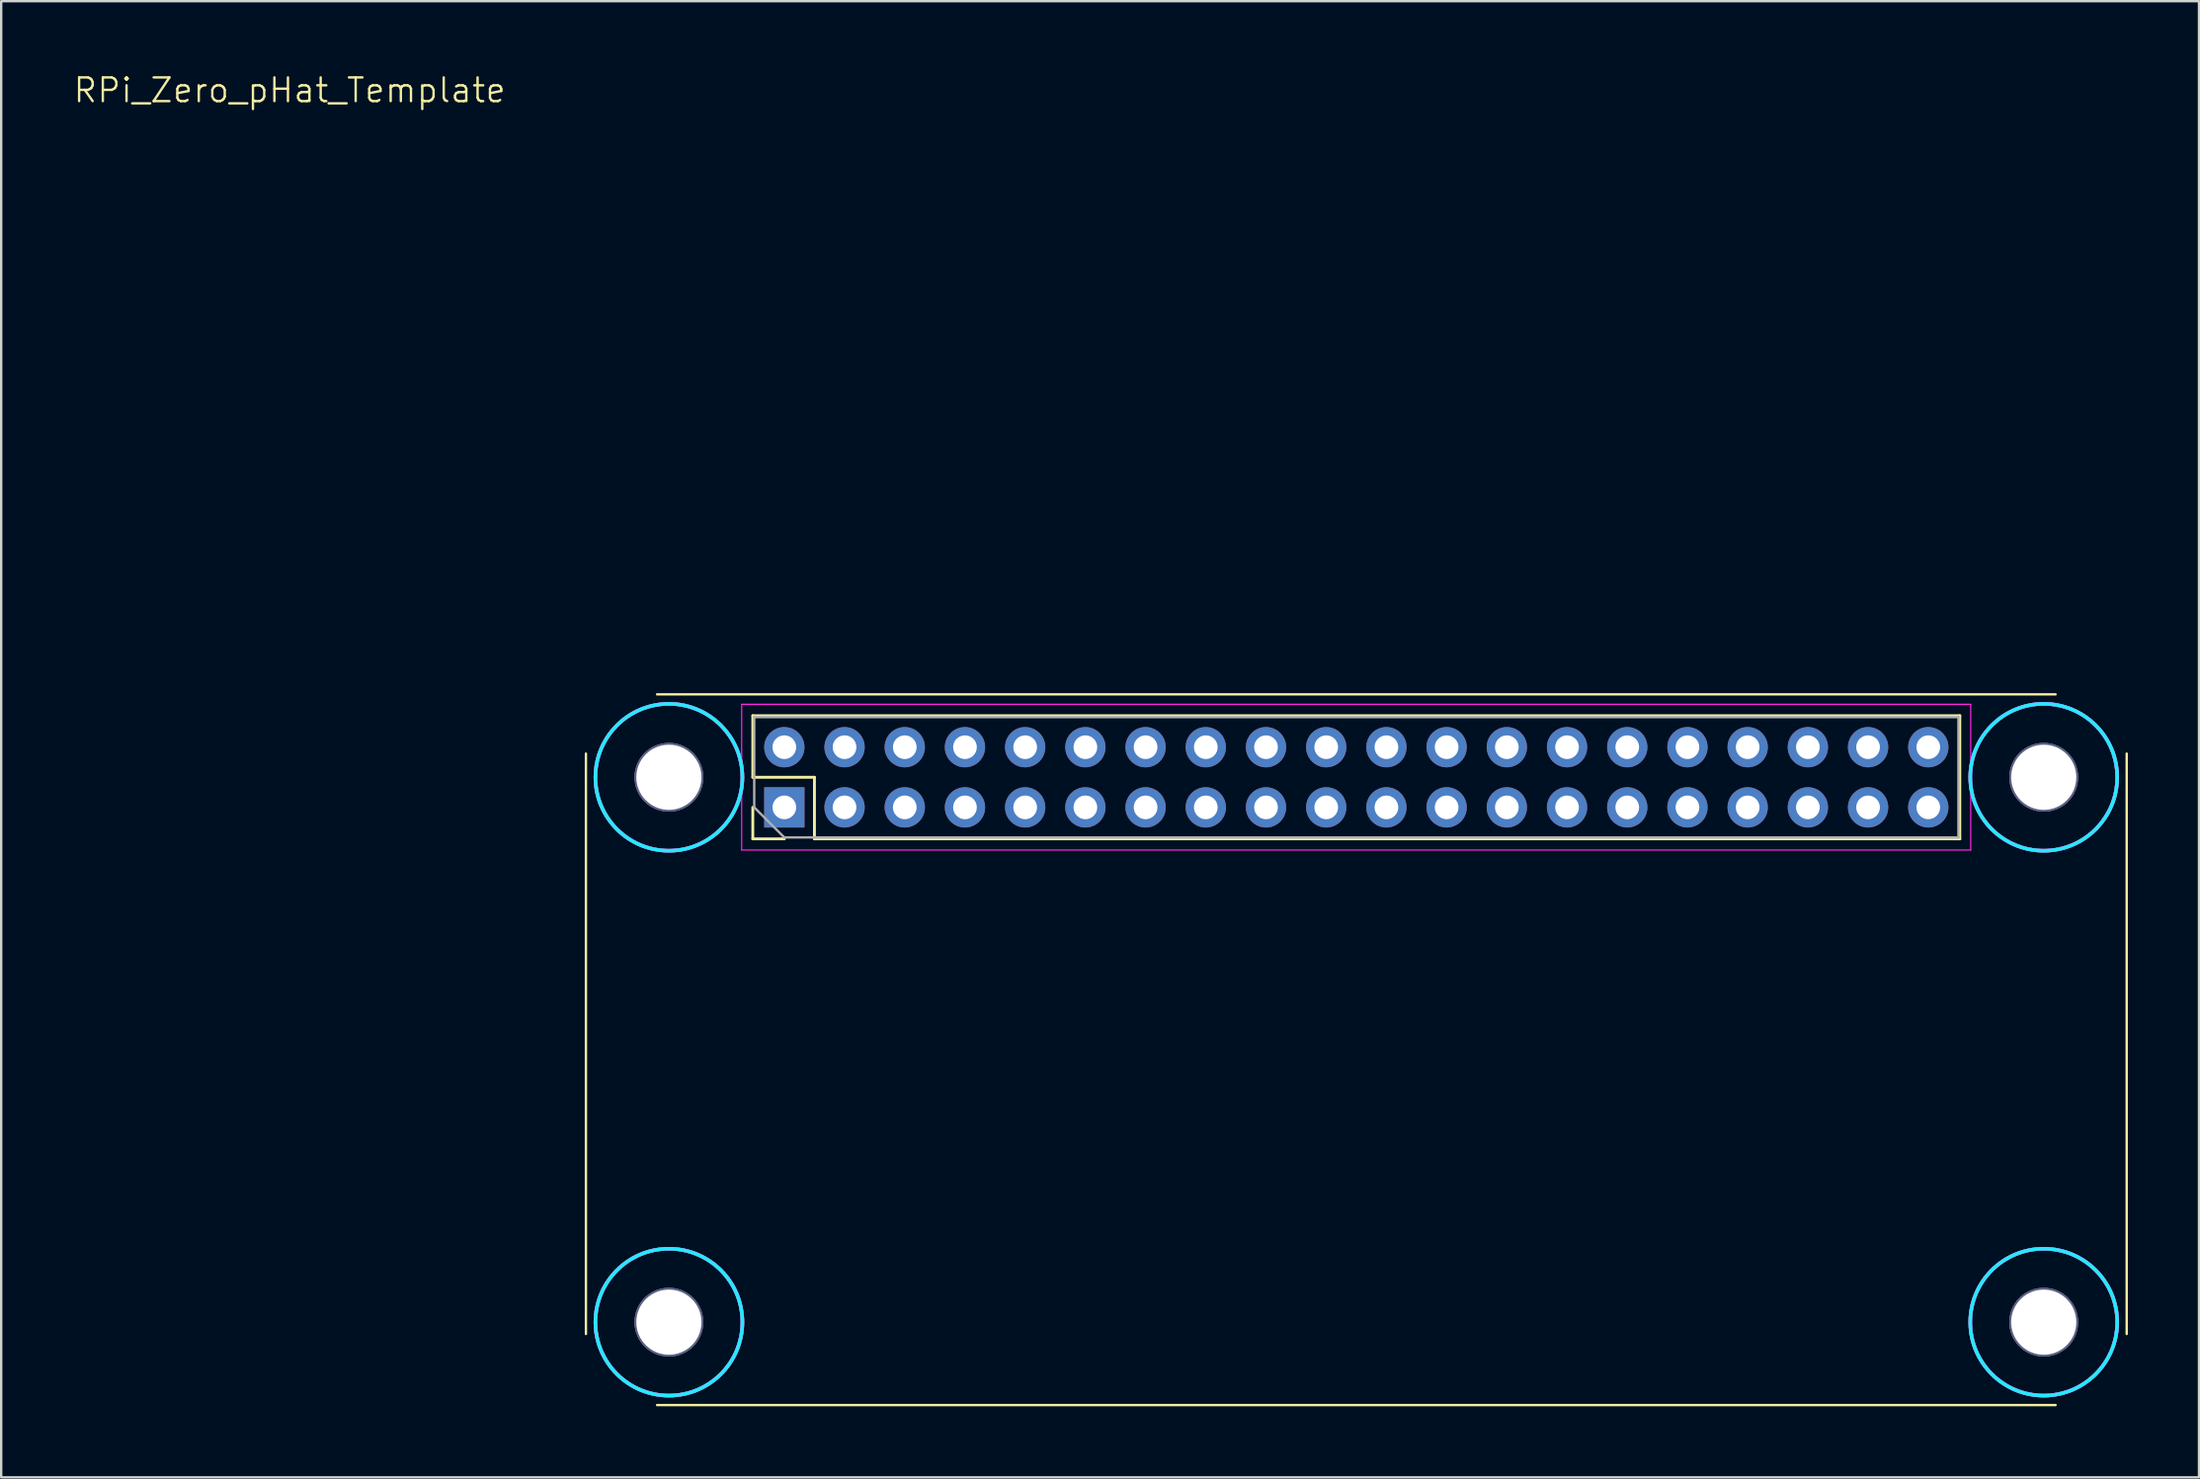
<source format=kicad_pcb>
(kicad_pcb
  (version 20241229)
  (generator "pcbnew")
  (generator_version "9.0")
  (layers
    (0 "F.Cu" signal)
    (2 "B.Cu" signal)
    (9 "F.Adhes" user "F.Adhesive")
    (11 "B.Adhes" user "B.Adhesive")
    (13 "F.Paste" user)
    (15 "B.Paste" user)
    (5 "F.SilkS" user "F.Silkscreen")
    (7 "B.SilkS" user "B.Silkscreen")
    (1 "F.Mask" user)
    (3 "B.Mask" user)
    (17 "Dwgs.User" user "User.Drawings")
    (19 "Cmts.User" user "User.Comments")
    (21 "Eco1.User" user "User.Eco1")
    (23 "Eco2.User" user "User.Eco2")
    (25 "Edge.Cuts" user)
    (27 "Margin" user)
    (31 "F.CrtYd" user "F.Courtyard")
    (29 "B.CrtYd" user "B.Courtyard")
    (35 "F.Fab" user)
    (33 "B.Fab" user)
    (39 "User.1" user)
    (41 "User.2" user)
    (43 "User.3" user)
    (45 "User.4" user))
  (footprint "RPi_Zero_pHat_Template"
    (layer "F.Cu")
    (at 9.169 1.76)
    (property "Reference" "RPi_Zero_pHat_Template" (at 0 -1 0) (layer "F.SilkS") (effects (font (size 1 1) (thickness 0.1))))
    (attr through_hole)
    (fp_line (start 12.5 27) (end 12.5 51.5) (stroke (width 0.1) (type solid)) (layer "F.SilkS"))
    (fp_line (start 15.5 24.5) (end 74.5 24.5) (stroke (width 0.1) (type solid)) (layer "F.SilkS"))
    (fp_line (start 15.5 54.5) (end 74.5 54.5) (stroke (width 0.1) (type solid)) (layer "F.SilkS"))
    (fp_line (start 19.54 25.4) (end 70.46 25.4) (stroke (width 0.12) (type solid)) (layer "F.SilkS"))
    (fp_line (start 19.54 28) (end 19.54 25.4) (stroke (width 0.12) (type solid)) (layer "F.SilkS"))
    (fp_line (start 19.54 30.6) (end 19.54 29.27) (stroke (width 0.12) (type solid)) (layer "F.SilkS"))
    (fp_line (start 20.87 30.6) (end 19.54 30.6) (stroke (width 0.12) (type solid)) (layer "F.SilkS"))
    (fp_line (start 22.14 28) (end 19.54 28) (stroke (width 0.12) (type solid)) (layer "F.SilkS"))
    (fp_line (start 22.14 30.6) (end 22.14 28) (stroke (width 0.12) (type solid)) (layer "F.SilkS"))
    (fp_line (start 22.14 30.6) (end 70.46 30.6) (stroke (width 0.12) (type solid)) (layer "F.SilkS"))
    (fp_line (start 70.46 30.6) (end 70.46 25.4) (stroke (width 0.12) (type solid)) (layer "F.SilkS"))
    (fp_line (start 77.5 27) (end 77.5 51.5) (stroke (width 0.1) (type solid)) (layer "F.SilkS"))
    (fp_circle (center 16 28) (end 19.1 28) (stroke (width 0.15) (type solid)) (fill no) (layer "B.CrtYd"))
    (fp_circle (center 16 51) (end 19.1 51) (stroke (width 0.15) (type solid)) (fill no) (layer "B.CrtYd"))
    (fp_circle (center 74 28) (end 77.1 28) (stroke (width 0.15) (type solid)) (fill no) (layer "B.CrtYd"))
    (fp_circle (center 74 51) (end 77.1 51) (stroke (width 0.15) (type solid)) (fill no) (layer "B.CrtYd"))
    (fp_line (start 19.07 24.92) (end 19.07 31.07) (stroke (width 0.05) (type solid)) (layer "F.CrtYd"))
    (fp_line (start 19.07 31.07) (end 70.92 31.07) (stroke (width 0.05) (type solid)) (layer "F.CrtYd"))
    (fp_line (start 70.92 24.92) (end 19.07 24.92) (stroke (width 0.05) (type solid)) (layer "F.CrtYd"))
    (fp_line (start 70.92 31.07) (end 70.92 24.92) (stroke (width 0.05) (type solid)) (layer "F.CrtYd"))
    (fp_circle (center 16 28) (end 19.1 28) (stroke (width 0.15) (type solid)) (fill no) (layer "F.CrtYd"))
    (fp_circle (center 16 51) (end 19.1 51) (stroke (width 0.15) (type solid)) (fill no) (layer "F.CrtYd"))
    (fp_circle (center 74 28) (end 77.1 28) (stroke (width 0.15) (type solid)) (fill no) (layer "F.CrtYd"))
    (fp_circle (center 74 51) (end 77.1 51) (stroke (width 0.15) (type solid)) (fill no) (layer "F.CrtYd"))
    (fp_circle (center 16 28) (end 17.375 28) (stroke (width 0.15) (type solid)) (fill no) (layer "B.Fab"))
    (fp_circle (center 16 28) (end 19.1 28) (stroke (width 0.15) (type solid)) (fill no) (layer "B.Fab"))
    (fp_circle (center 16 51) (end 17.375 51) (stroke (width 0.15) (type solid)) (fill no) (layer "B.Fab"))
    (fp_circle (center 16 51) (end 19.1 51) (stroke (width 0.15) (type solid)) (fill no) (layer "B.Fab"))
    (fp_circle (center 74 28) (end 75.375 28) (stroke (width 0.15) (type solid)) (fill no) (layer "B.Fab"))
    (fp_circle (center 74 28) (end 77.1 28) (stroke (width 0.15) (type solid)) (fill no) (layer "B.Fab"))
    (fp_circle (center 74 51) (end 75.375 51) (stroke (width 0.15) (type solid)) (fill no) (layer "B.Fab"))
    (fp_circle (center 74 51) (end 77.1 51) (stroke (width 0.15) (type solid)) (fill no) (layer "B.Fab"))
    (fp_line (start 19.6 25.46) (end 70.4 25.46) (stroke (width 0.1) (type solid)) (layer "F.Fab"))
    (fp_line (start 19.6 29.27) (end 19.6 25.46) (stroke (width 0.1) (type solid)) (layer "F.Fab"))
    (fp_line (start 20.87 30.54) (end 19.6 29.27) (stroke (width 0.1) (type solid)) (layer "F.Fab"))
    (fp_line (start 70.4 25.46) (end 70.4 30.54) (stroke (width 0.1) (type solid)) (layer "F.Fab"))
    (fp_line (start 70.4 30.54) (end 20.87 30.54) (stroke (width 0.1) (type solid)) (layer "F.Fab"))
    (fp_circle (center 16 28) (end 17.375 28) (stroke (width 0.15) (type solid)) (fill no) (layer "F.Fab"))
    (fp_circle (center 16 28) (end 19.1 28) (stroke (width 0.15) (type solid)) (fill no) (layer "F.Fab"))
    (fp_circle (center 16 51) (end 17.375 51) (stroke (width 0.15) (type solid)) (fill no) (layer "F.Fab"))
    (fp_circle (center 16 51) (end 19.1 51) (stroke (width 0.15) (type solid)) (fill no) (layer "F.Fab"))
    (fp_circle (center 74 28) (end 75.375 28) (stroke (width 0.15) (type solid)) (fill no) (layer "F.Fab"))
    (fp_circle (center 74 28) (end 77.1 28) (stroke (width 0.15) (type solid)) (fill no) (layer "F.Fab"))
    (fp_circle (center 74 51) (end 75.375 51) (stroke (width 0.15) (type solid)) (fill no) (layer "F.Fab"))
    (fp_circle (center 74 51) (end 77.1 51) (stroke (width 0.15) (type solid)) (fill no) (layer "F.Fab"))
    (pad "" np_thru_hole circle (at 16 28) (size 2.75 2.75) (drill 2.75) (layers "*.Cu" "*.Mask"))
    (pad "" np_thru_hole circle (at 16 51) (size 2.75 2.75) (drill 2.75) (layers "*.Cu" "*.Mask"))
    (pad "" np_thru_hole circle (at 74 28) (size 2.75 2.75) (drill 2.75) (layers "*.Cu" "*.Mask"))
    (pad "" np_thru_hole circle (at 74 51) (size 2.75 2.75) (drill 2.75) (layers "*.Cu" "*.Mask"))
    (pad "0" thru_hole oval (at 69.13 26.73 90) (size 1.7 1.7) (drill 1) (layers "*.Cu" "*.Mask"))
    (pad "1" thru_hole oval (at 69.13 29.27 90) (size 1.7 1.7) (drill 1) (layers "*.Cu" "*.Mask"))
    (pad "2" thru_hole oval (at 66.59 26.73 90) (size 1.7 1.7) (drill 1) (layers "*.Cu" "*.Mask"))
    (pad "3" thru_hole oval (at 66.59 29.27 90) (size 1.7 1.7) (drill 1) (layers "*.Cu" "*.Mask"))
    (pad "4" thru_hole oval (at 64.05 26.73 90) (size 1.7 1.7) (drill 1) (layers "*.Cu" "*.Mask"))
    (pad "5" thru_hole oval (at 64.05 29.27 90) (size 1.7 1.7) (drill 1) (layers "*.Cu" "*.Mask"))
    (pad "6" thru_hole oval (at 61.51 26.73 90) (size 1.7 1.7) (drill 1) (layers "*.Cu" "*.Mask"))
    (pad "7" thru_hole oval (at 61.51 29.27 90) (size 1.7 1.7) (drill 1) (layers "*.Cu" "*.Mask"))
    (pad "8" thru_hole oval (at 58.97 26.73 90) (size 1.7 1.7) (drill 1) (layers "*.Cu" "*.Mask"))
    (pad "9" thru_hole oval (at 58.97 29.27 90) (size 1.7 1.7) (drill 1) (layers "*.Cu" "*.Mask"))
    (pad "10" thru_hole oval (at 56.43 26.73 90) (size 1.7 1.7) (drill 1) (layers "*.Cu" "*.Mask"))
    (pad "11" thru_hole oval (at 56.43 29.27 90) (size 1.7 1.7) (drill 1) (layers "*.Cu" "*.Mask"))
    (pad "12" thru_hole oval (at 53.89 26.73 90) (size 1.7 1.7) (drill 1) (layers "*.Cu" "*.Mask"))
    (pad "13" thru_hole oval (at 53.89 29.27 90) (size 1.7 1.7) (drill 1) (layers "*.Cu" "*.Mask"))
    (pad "14" thru_hole oval (at 51.35 26.73 90) (size 1.7 1.7) (drill 1) (layers "*.Cu" "*.Mask"))
    (pad "15" thru_hole oval (at 51.35 29.27 90) (size 1.7 1.7) (drill 1) (layers "*.Cu" "*.Mask"))
    (pad "16" thru_hole oval (at 48.81 26.73 90) (size 1.7 1.7) (drill 1) (layers "*.Cu" "*.Mask"))
    (pad "17" thru_hole oval (at 48.81 29.27 90) (size 1.7 1.7) (drill 1) (layers "*.Cu" "*.Mask"))
    (pad "18" thru_hole oval (at 46.27 26.73 90) (size 1.7 1.7) (drill 1) (layers "*.Cu" "*.Mask"))
    (pad "19" thru_hole oval (at 46.27 29.27 90) (size 1.7 1.7) (drill 1) (layers "*.Cu" "*.Mask"))
    (pad "20" thru_hole oval (at 43.73 26.73 90) (size 1.7 1.7) (drill 1) (layers "*.Cu" "*.Mask"))
    (pad "21" thru_hole oval (at 43.73 29.27 90) (size 1.7 1.7) (drill 1) (layers "*.Cu" "*.Mask"))
    (pad "22" thru_hole oval (at 41.19 26.73 90) (size 1.7 1.7) (drill 1) (layers "*.Cu" "*.Mask"))
    (pad "23" thru_hole oval (at 41.19 29.27 90) (size 1.7 1.7) (drill 1) (layers "*.Cu" "*.Mask"))
    (pad "24" thru_hole oval (at 38.65 26.73 90) (size 1.7 1.7) (drill 1) (layers "*.Cu" "*.Mask"))
    (pad "25" thru_hole oval (at 38.65 29.27 90) (size 1.7 1.7) (drill 1) (layers "*.Cu" "*.Mask"))
    (pad "26" thru_hole oval (at 36.11 26.73 90) (size 1.7 1.7) (drill 1) (layers "*.Cu" "*.Mask"))
    (pad "27" thru_hole oval (at 36.11 29.27 90) (size 1.7 1.7) (drill 1) (layers "*.Cu" "*.Mask"))
    (pad "28" thru_hole oval (at 33.57 26.73 90) (size 1.7 1.7) (drill 1) (layers "*.Cu" "*.Mask"))
    (pad "29" thru_hole oval (at 33.57 29.27 90) (size 1.7 1.7) (drill 1) (layers "*.Cu" "*.Mask"))
    (pad "30" thru_hole oval (at 31.03 26.73 90) (size 1.7 1.7) (drill 1) (layers "*.Cu" "*.Mask"))
    (pad "31" thru_hole oval (at 31.03 29.27 90) (size 1.7 1.7) (drill 1) (layers "*.Cu" "*.Mask"))
    (pad "32" thru_hole oval (at 28.49 26.73 90) (size 1.7 1.7) (drill 1) (layers "*.Cu" "*.Mask"))
    (pad "33" thru_hole oval (at 28.49 29.27 90) (size 1.7 1.7) (drill 1) (layers "*.Cu" "*.Mask"))
    (pad "34" thru_hole oval (at 25.95 26.73 90) (size 1.7 1.7) (drill 1) (layers "*.Cu" "*.Mask"))
    (pad "35" thru_hole oval (at 25.95 29.27 90) (size 1.7 1.7) (drill 1) (layers "*.Cu" "*.Mask"))
    (pad "36" thru_hole oval (at 23.41 26.73 90) (size 1.7 1.7) (drill 1) (layers "*.Cu" "*.Mask"))
    (pad "37" thru_hole oval (at 23.41 29.27 90) (size 1.7 1.7) (drill 1) (layers "*.Cu" "*.Mask"))
    (pad "38" thru_hole oval (at 20.87 26.73 90) (size 1.7 1.7) (drill 1) (layers "*.Cu" "*.Mask"))
    (pad "39" thru_hole rect (at 20.87 29.27 90) (size 1.7 1.7) (drill 1) (layers "*.Cu" "*.Mask")))
  (gr_rect
    (start -3 -3)
    (end 89.719 59.31)
    (stroke (width 0.1) (type default))
    (fill no)
    (layer "Edge.Cuts")))
</source>
